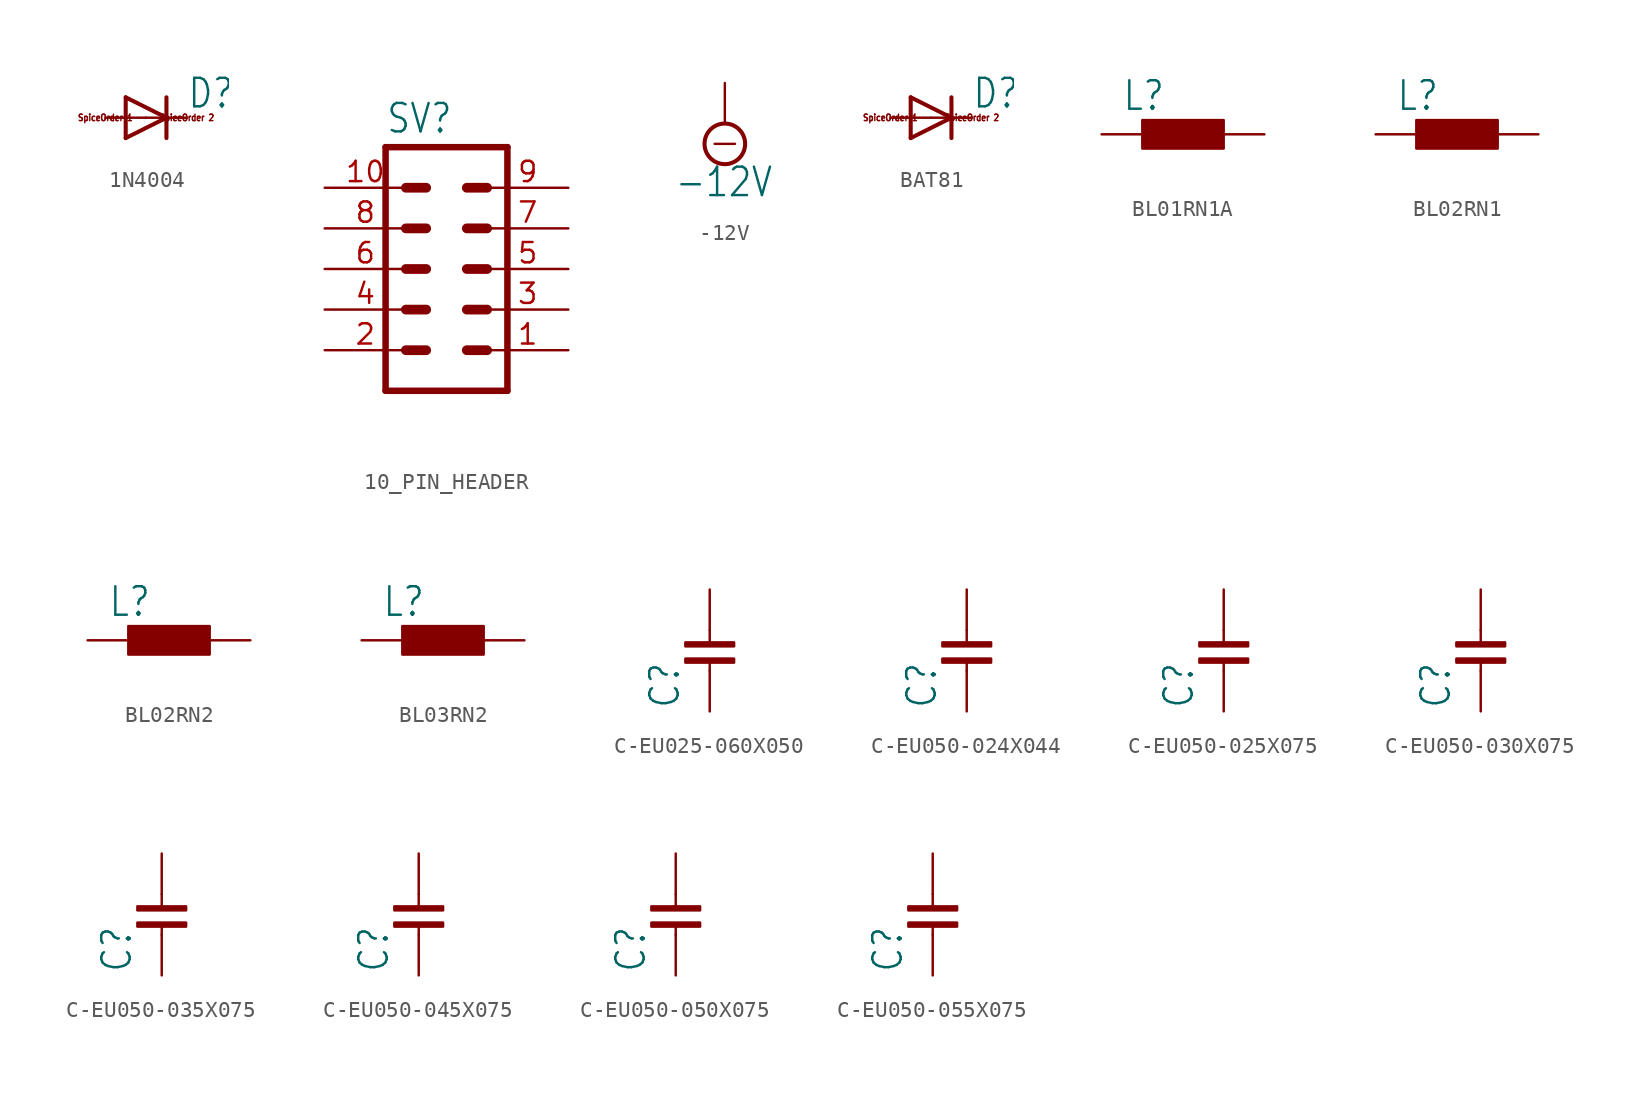
<source format=kicad_sym>
(kicad_symbol_lib
  (version 20220914)
  (generator kicad_symbol_editor)
  (symbol "1N4004"
    (property "Reference" "D"
      (at 2.54 0.483 0)
      (effects (font (size 1.778 1.511)) (justify left bottom)))
    (property "Value" ""
      (at 2.54 -2.311 0)
      (effects (font (size 1.778 1.511)) (justify left bottom)))
    (property "ki_locked" ""
      (at 0 0 0)
      (effects (font (size 1.27 1.27))))
    (symbol "1N4004_1_0"
      (polyline (pts (xy -1.27 -1.27) (xy 1.27 0)) (stroke (width 0.254) (type solid)) (fill (type none)))
      (polyline (pts (xy -1.27 1.27) (xy -1.27 -1.27)) (stroke (width 0.254) (type solid)) (fill (type none)))
      (polyline (pts (xy 1.27 0) (xy -1.27 1.27)) (stroke (width 0.254) (type solid)) (fill (type none)))
      (polyline (pts (xy 1.27 0) (xy 1.27 -1.27)) (stroke (width 0.254) (type solid)) (fill (type none)))
      (polyline (pts (xy 1.27 1.27) (xy 1.27 0)) (stroke (width 0.254) (type solid)) (fill (type none)))
      (text "SpiceOrder 1" (at -2.54 0 0) (effects (font (size 0.406 0.345))))
      (text "SpiceOrder 2" (at 2.54 0 0) (effects (font (size 0.406 0.345))))
      (pin passive line (at -2.54 0 0) (length 2.54) (name "A" (effects (font (size 0 0)))) (number "A" (effects (font (size 0 0)))))
      (pin passive line (at 2.54 0 180) (length 2.54) (name "C" (effects (font (size 0 0)))) (number "C" (effects (font (size 0 0)))))))
  (symbol "10_PIN_HEADER"
    (property "Reference" "SV"
      (at -3.81 8.382 0)
      (effects (font (size 1.778 1.511)) (justify left bottom)))
    (property "Value" ""
      (at -3.81 -10.16 0)
      (effects (font (size 1.778 1.511)) (justify left bottom)))
    (property "ki_locked" ""
      (at 0 0 0)
      (effects (font (size 1.27 1.27))))
    (symbol "10_PIN_HEADER_1_0"
      (polyline (pts (xy -3.81 7.62) (xy -3.81 -7.62)) (stroke (width 0.406) (type solid)) (fill (type none)))
      (polyline (pts (xy -3.81 7.62) (xy 3.81 7.62)) (stroke (width 0.406) (type solid)) (fill (type none)))
      (polyline (pts (xy -2.54 -5.08) (xy -1.27 -5.08)) (stroke (width 0.61) (type solid)) (fill (type none)))
      (polyline (pts (xy -2.54 -2.54) (xy -1.27 -2.54)) (stroke (width 0.61) (type solid)) (fill (type none)))
      (polyline (pts (xy -2.54 0) (xy -1.27 0)) (stroke (width 0.61) (type solid)) (fill (type none)))
      (polyline (pts (xy -2.54 2.54) (xy -1.27 2.54)) (stroke (width 0.61) (type solid)) (fill (type none)))
      (polyline (pts (xy -2.54 5.08) (xy -1.27 5.08)) (stroke (width 0.61) (type solid)) (fill (type none)))
      (polyline (pts (xy 1.27 -5.08) (xy 2.54 -5.08)) (stroke (width 0.61) (type solid)) (fill (type none)))
      (polyline (pts (xy 1.27 -2.54) (xy 2.54 -2.54)) (stroke (width 0.61) (type solid)) (fill (type none)))
      (polyline (pts (xy 1.27 0) (xy 2.54 0)) (stroke (width 0.61) (type solid)) (fill (type none)))
      (polyline (pts (xy 1.27 2.54) (xy 2.54 2.54)) (stroke (width 0.61) (type solid)) (fill (type none)))
      (polyline (pts (xy 1.27 5.08) (xy 2.54 5.08)) (stroke (width 0.61) (type solid)) (fill (type none)))
      (polyline (pts (xy 3.81 -7.62) (xy -3.81 -7.62)) (stroke (width 0.406) (type solid)) (fill (type none)))
      (polyline (pts (xy 3.81 -7.62) (xy 3.81 7.62)) (stroke (width 0.406) (type solid)) (fill (type none)))
      (pin passive line (at 7.62 -5.08 180) (length 5.08) (name "1" (effects (font (size 0 0)))) (number "1" (effects (font (size 1.27 1.27)))))
      (pin passive line (at -7.62 5.08 0) (length 5.08) (name "10" (effects (font (size 0 0)))) (number "10" (effects (font (size 1.27 1.27)))))
      (pin passive line (at -7.62 -5.08 0) (length 5.08) (name "2" (effects (font (size 0 0)))) (number "2" (effects (font (size 1.27 1.27)))))
      (pin passive line (at 7.62 -2.54 180) (length 5.08) (name "3" (effects (font (size 0 0)))) (number "3" (effects (font (size 1.27 1.27)))))
      (pin passive line (at -7.62 -2.54 0) (length 5.08) (name "4" (effects (font (size 0 0)))) (number "4" (effects (font (size 1.27 1.27)))))
      (pin passive line (at 7.62 0 180) (length 5.08) (name "5" (effects (font (size 0 0)))) (number "5" (effects (font (size 1.27 1.27)))))
      (pin passive line (at -7.62 0 0) (length 5.08) (name "6" (effects (font (size 0 0)))) (number "6" (effects (font (size 1.27 1.27)))))
      (pin passive line (at 7.62 2.54 180) (length 5.08) (name "7" (effects (font (size 0 0)))) (number "7" (effects (font (size 1.27 1.27)))))
      (pin passive line (at -7.62 2.54 0) (length 5.08) (name "8" (effects (font (size 0 0)))) (number "8" (effects (font (size 1.27 1.27)))))
      (pin passive line (at 7.62 5.08 180) (length 5.08) (name "9" (effects (font (size 0 0)))) (number "9" (effects (font (size 1.27 1.27)))))))
  (symbol "-12V"
    (power)
    (property "Reference" "#SUPPLY"
      (at 0 0 0)
      (effects (font (size 1.27 1.27)) hide))
    (property "Value" "-12V"
      (at -3.175 -4.699 0)
      (effects (font (size 1.778 1.511)) (justify left bottom)))
    (property "ki_locked" ""
      (at 0 0 0)
      (effects (font (size 1.27 1.27))))
    (symbol "-12V_1_0"
      (circle (center 0 -1.27) (radius 1.27) (stroke (width 0.254) (type solid)) (fill (type none)))
      (polyline (pts (xy -0.635 -1.27) (xy 0.635 -1.27)) (stroke (width 0.152) (type solid)) (fill (type none)))
      (pin power_in line (at 0 2.54 270) (length 2.54) (name "-12V" (effects (font (size 0 0)))) (number "1" (effects (font (size 0 0)))))))
  (symbol "BAT81"
    (property "Reference" "D"
      (at 2.54 0.483 0)
      (effects (font (size 1.778 1.511)) (justify left bottom)))
    (property "Value" ""
      (at 2.54 -2.311 0)
      (effects (font (size 1.778 1.511)) (justify left bottom)))
    (property "ki_locked" ""
      (at 0 0 0)
      (effects (font (size 1.27 1.27))))
    (symbol "BAT81_1_0"
      (polyline (pts (xy -1.27 -1.27) (xy 1.27 0)) (stroke (width 0.254) (type solid)) (fill (type none)))
      (polyline (pts (xy -1.27 1.27) (xy -1.27 -1.27)) (stroke (width 0.254) (type solid)) (fill (type none)))
      (polyline (pts (xy 1.27 0) (xy -1.27 1.27)) (stroke (width 0.254) (type solid)) (fill (type none)))
      (polyline (pts (xy 1.27 0) (xy 1.27 -1.27)) (stroke (width 0.254) (type solid)) (fill (type none)))
      (polyline (pts (xy 1.27 1.27) (xy 1.27 0)) (stroke (width 0.254) (type solid)) (fill (type none)))
      (text "SpiceOrder 1" (at -2.54 0 0) (effects (font (size 0.406 0.345))))
      (text "SpiceOrder 2" (at 2.54 0 0) (effects (font (size 0.406 0.345))))
      (pin passive line (at -2.54 0 0) (length 2.54) (name "A" (effects (font (size 0 0)))) (number "A" (effects (font (size 0 0)))))
      (pin passive line (at 2.54 0 180) (length 2.54) (name "C" (effects (font (size 0 0)))) (number "C" (effects (font (size 0 0)))))))
  (symbol "BL01RN1A"
    (property "Reference" "L"
      (at -3.81 1.372 0)
      (effects (font (size 1.778 1.511)) (justify left bottom)))
    (property "Value" ""
      (at -3.81 -2.921 0)
      (effects (font (size 1.778 1.511)) (justify left bottom)))
    (property "ki_locked" ""
      (at 0 0 0)
      (effects (font (size 1.27 1.27))))
    (symbol "BL01RN1A_1_0"
      (rectangle (start -2.54 -0.889) (end 2.54 0.889) (stroke (width 0) (type default)) (fill (type outline)))
      (pin passive line (at -5.08 0 0) (length 2.54) (name "1" (effects (font (size 0 0)))) (number "1" (effects (font (size 0 0)))))
      (pin passive line (at 5.08 0 180) (length 2.54) (name "2" (effects (font (size 0 0)))) (number "2" (effects (font (size 0 0)))))))
  (symbol "BL02RN1"
    (property "Reference" "L"
      (at -3.81 1.372 0)
      (effects (font (size 1.778 1.511)) (justify left bottom)))
    (property "Value" ""
      (at -3.81 -2.921 0)
      (effects (font (size 1.778 1.511)) (justify left bottom)))
    (property "ki_locked" ""
      (at 0 0 0)
      (effects (font (size 1.27 1.27))))
    (symbol "BL02RN1_1_0"
      (rectangle (start -2.54 -0.889) (end 2.54 0.889) (stroke (width 0) (type default)) (fill (type outline)))
      (pin passive line (at -5.08 0 0) (length 2.54) (name "1" (effects (font (size 0 0)))) (number "1" (effects (font (size 0 0)))))
      (pin passive line (at 5.08 0 180) (length 2.54) (name "2" (effects (font (size 0 0)))) (number "2" (effects (font (size 0 0)))))))
  (symbol "BL02RN2"
    (property "Reference" "L"
      (at -3.81 1.372 0)
      (effects (font (size 1.778 1.511)) (justify left bottom)))
    (property "Value" ""
      (at -3.81 -2.921 0)
      (effects (font (size 1.778 1.511)) (justify left bottom)))
    (property "ki_locked" ""
      (at 0 0 0)
      (effects (font (size 1.27 1.27))))
    (symbol "BL02RN2_1_0"
      (rectangle (start -2.54 -0.889) (end 2.54 0.889) (stroke (width 0) (type default)) (fill (type outline)))
      (pin passive line (at -5.08 0 0) (length 2.54) (name "1" (effects (font (size 0 0)))) (number "1" (effects (font (size 0 0)))))
      (pin passive line (at 5.08 0 180) (length 2.54) (name "2" (effects (font (size 0 0)))) (number "2" (effects (font (size 0 0)))))))
  (symbol "BL03RN2"
    (property "Reference" "L"
      (at -3.81 1.372 0)
      (effects (font (size 1.778 1.511)) (justify left bottom)))
    (property "Value" ""
      (at -3.81 -2.921 0)
      (effects (font (size 1.778 1.511)) (justify left bottom)))
    (property "ki_locked" ""
      (at 0 0 0)
      (effects (font (size 1.27 1.27))))
    (symbol "BL03RN2_1_0"
      (rectangle (start -2.54 -0.889) (end 2.54 0.889) (stroke (width 0) (type default)) (fill (type outline)))
      (pin passive line (at -5.08 0 0) (length 2.54) (name "1" (effects (font (size 0 0)))) (number "1" (effects (font (size 0 0)))))
      (pin passive line (at 5.08 0 180) (length 2.54) (name "2" (effects (font (size 0 0)))) (number "2" (effects (font (size 0 0)))))))
  (symbol "C-EU025-060X050"
    (property "Reference" "C"
      (at -1.778 -4.953 90)
      (effects (font (size 1.778 1.511)) (justify left bottom)))
    (property "Value" ""
      (at 3.81 -5.207 90)
      (effects (font (size 1.778 1.511)) (justify left bottom)))
    (property "ki_locked" ""
      (at 0 0 0)
      (effects (font (size 1.27 1.27))))
    (symbol "C-EU025-060X050_1_0"
      (rectangle (start -1.524 -2.032) (end 1.524 -1.778) (stroke (width 0) (type default)) (fill (type outline)))
      (rectangle (start -1.524 -1.016) (end 1.524 -0.762) (stroke (width 0) (type default)) (fill (type outline)))
      (polyline (pts (xy 0 -2.54) (xy 0 -2.032)) (stroke (width 0.152) (type solid)) (fill (type none)))
      (polyline (pts (xy 0 0) (xy 0 -0.762)) (stroke (width 0.152) (type solid)) (fill (type none)))
      (pin passive line (at 0 2.54 270) (length 2.54) (name "1" (effects (font (size 0 0)))) (number "1" (effects (font (size 0 0)))))
      (pin passive line (at 0 -5.08 90) (length 2.54) (name "2" (effects (font (size 0 0)))) (number "2" (effects (font (size 0 0)))))))
  (symbol "C-EU050-024X044"
    (property "Reference" "C"
      (at -1.778 -4.953 90)
      (effects (font (size 1.778 1.511)) (justify left bottom)))
    (property "Value" ""
      (at 3.81 -5.207 90)
      (effects (font (size 1.778 1.511)) (justify left bottom)))
    (property "ki_locked" ""
      (at 0 0 0)
      (effects (font (size 1.27 1.27))))
    (symbol "C-EU050-024X044_1_0"
      (rectangle (start -1.524 -2.032) (end 1.524 -1.778) (stroke (width 0) (type default)) (fill (type outline)))
      (rectangle (start -1.524 -1.016) (end 1.524 -0.762) (stroke (width 0) (type default)) (fill (type outline)))
      (polyline (pts (xy 0 -2.54) (xy 0 -2.032)) (stroke (width 0.152) (type solid)) (fill (type none)))
      (polyline (pts (xy 0 0) (xy 0 -0.762)) (stroke (width 0.152) (type solid)) (fill (type none)))
      (pin passive line (at 0 2.54 270) (length 2.54) (name "1" (effects (font (size 0 0)))) (number "1" (effects (font (size 0 0)))))
      (pin passive line (at 0 -5.08 90) (length 2.54) (name "2" (effects (font (size 0 0)))) (number "2" (effects (font (size 0 0)))))))
  (symbol "C-EU050-025X075"
    (property "Reference" "C"
      (at -1.778 -4.953 90)
      (effects (font (size 1.778 1.511)) (justify left bottom)))
    (property "Value" ""
      (at 3.81 -5.207 90)
      (effects (font (size 1.778 1.511)) (justify left bottom)))
    (property "ki_locked" ""
      (at 0 0 0)
      (effects (font (size 1.27 1.27))))
    (symbol "C-EU050-025X075_1_0"
      (rectangle (start -1.524 -2.032) (end 1.524 -1.778) (stroke (width 0) (type default)) (fill (type outline)))
      (rectangle (start -1.524 -1.016) (end 1.524 -0.762) (stroke (width 0) (type default)) (fill (type outline)))
      (polyline (pts (xy 0 -2.54) (xy 0 -2.032)) (stroke (width 0.152) (type solid)) (fill (type none)))
      (polyline (pts (xy 0 0) (xy 0 -0.762)) (stroke (width 0.152) (type solid)) (fill (type none)))
      (pin passive line (at 0 2.54 270) (length 2.54) (name "1" (effects (font (size 0 0)))) (number "1" (effects (font (size 0 0)))))
      (pin passive line (at 0 -5.08 90) (length 2.54) (name "2" (effects (font (size 0 0)))) (number "2" (effects (font (size 0 0)))))))
  (symbol "C-EU050-030X075"
    (property "Reference" "C"
      (at -1.778 -4.953 90)
      (effects (font (size 1.778 1.511)) (justify left bottom)))
    (property "Value" ""
      (at 3.81 -5.207 90)
      (effects (font (size 1.778 1.511)) (justify left bottom)))
    (property "ki_locked" ""
      (at 0 0 0)
      (effects (font (size 1.27 1.27))))
    (symbol "C-EU050-030X075_1_0"
      (rectangle (start -1.524 -2.032) (end 1.524 -1.778) (stroke (width 0) (type default)) (fill (type outline)))
      (rectangle (start -1.524 -1.016) (end 1.524 -0.762) (stroke (width 0) (type default)) (fill (type outline)))
      (polyline (pts (xy 0 -2.54) (xy 0 -2.032)) (stroke (width 0.152) (type solid)) (fill (type none)))
      (polyline (pts (xy 0 0) (xy 0 -0.762)) (stroke (width 0.152) (type solid)) (fill (type none)))
      (pin passive line (at 0 2.54 270) (length 2.54) (name "1" (effects (font (size 0 0)))) (number "1" (effects (font (size 0 0)))))
      (pin passive line (at 0 -5.08 90) (length 2.54) (name "2" (effects (font (size 0 0)))) (number "2" (effects (font (size 0 0)))))))
  (symbol "C-EU050-035X075"
    (property "Reference" "C"
      (at -1.778 -4.953 90)
      (effects (font (size 1.778 1.511)) (justify left bottom)))
    (property "Value" ""
      (at 3.81 -5.207 90)
      (effects (font (size 1.778 1.511)) (justify left bottom)))
    (property "ki_locked" ""
      (at 0 0 0)
      (effects (font (size 1.27 1.27))))
    (symbol "C-EU050-035X075_1_0"
      (rectangle (start -1.524 -2.032) (end 1.524 -1.778) (stroke (width 0) (type default)) (fill (type outline)))
      (rectangle (start -1.524 -1.016) (end 1.524 -0.762) (stroke (width 0) (type default)) (fill (type outline)))
      (polyline (pts (xy 0 -2.54) (xy 0 -2.032)) (stroke (width 0.152) (type solid)) (fill (type none)))
      (polyline (pts (xy 0 0) (xy 0 -0.762)) (stroke (width 0.152) (type solid)) (fill (type none)))
      (pin passive line (at 0 2.54 270) (length 2.54) (name "1" (effects (font (size 0 0)))) (number "1" (effects (font (size 0 0)))))
      (pin passive line (at 0 -5.08 90) (length 2.54) (name "2" (effects (font (size 0 0)))) (number "2" (effects (font (size 0 0)))))))
  (symbol "C-EU050-045X075"
    (property "Reference" "C"
      (at -1.778 -4.953 90)
      (effects (font (size 1.778 1.511)) (justify left bottom)))
    (property "Value" ""
      (at 3.81 -5.207 90)
      (effects (font (size 1.778 1.511)) (justify left bottom)))
    (property "ki_locked" ""
      (at 0 0 0)
      (effects (font (size 1.27 1.27))))
    (symbol "C-EU050-045X075_1_0"
      (rectangle (start -1.524 -2.032) (end 1.524 -1.778) (stroke (width 0) (type default)) (fill (type outline)))
      (rectangle (start -1.524 -1.016) (end 1.524 -0.762) (stroke (width 0) (type default)) (fill (type outline)))
      (polyline (pts (xy 0 -2.54) (xy 0 -2.032)) (stroke (width 0.152) (type solid)) (fill (type none)))
      (polyline (pts (xy 0 0) (xy 0 -0.762)) (stroke (width 0.152) (type solid)) (fill (type none)))
      (pin passive line (at 0 2.54 270) (length 2.54) (name "1" (effects (font (size 0 0)))) (number "1" (effects (font (size 0 0)))))
      (pin passive line (at 0 -5.08 90) (length 2.54) (name "2" (effects (font (size 0 0)))) (number "2" (effects (font (size 0 0)))))))
  (symbol "C-EU050-050X075"
    (property "Reference" "C"
      (at -1.778 -4.953 90)
      (effects (font (size 1.778 1.511)) (justify left bottom)))
    (property "Value" ""
      (at 3.81 -5.207 90)
      (effects (font (size 1.778 1.511)) (justify left bottom)))
    (property "ki_locked" ""
      (at 0 0 0)
      (effects (font (size 1.27 1.27))))
    (symbol "C-EU050-050X075_1_0"
      (rectangle (start -1.524 -2.032) (end 1.524 -1.778) (stroke (width 0) (type default)) (fill (type outline)))
      (rectangle (start -1.524 -1.016) (end 1.524 -0.762) (stroke (width 0) (type default)) (fill (type outline)))
      (polyline (pts (xy 0 -2.54) (xy 0 -2.032)) (stroke (width 0.152) (type solid)) (fill (type none)))
      (polyline (pts (xy 0 0) (xy 0 -0.762)) (stroke (width 0.152) (type solid)) (fill (type none)))
      (pin passive line (at 0 2.54 270) (length 2.54) (name "1" (effects (font (size 0 0)))) (number "1" (effects (font (size 0 0)))))
      (pin passive line (at 0 -5.08 90) (length 2.54) (name "2" (effects (font (size 0 0)))) (number "2" (effects (font (size 0 0)))))))
  (symbol "C-EU050-055X075"
    (property "Reference" "C"
      (at -1.778 -4.953 90)
      (effects (font (size 1.778 1.511)) (justify left bottom)))
    (property "Value" ""
      (at 3.81 -5.207 90)
      (effects (font (size 1.778 1.511)) (justify left bottom)))
    (property "ki_locked" ""
      (at 0 0 0)
      (effects (font (size 1.27 1.27))))
    (symbol "C-EU050-055X075_1_0"
      (rectangle (start -1.524 -2.032) (end 1.524 -1.778) (stroke (width 0) (type default)) (fill (type outline)))
      (rectangle (start -1.524 -1.016) (end 1.524 -0.762) (stroke (width 0) (type default)) (fill (type outline)))
      (polyline (pts (xy 0 -2.54) (xy 0 -2.032)) (stroke (width 0.152) (type solid)) (fill (type none)))
      (polyline (pts (xy 0 0) (xy 0 -0.762)) (stroke (width 0.152) (type solid)) (fill (type none)))
      (pin passive line (at 0 2.54 270) (length 2.54) (name "1" (effects (font (size 0 0)))) (number "1" (effects (font (size 0 0)))))
      (pin passive line (at 0 -5.08 90) (length 2.54) (name "2" (effects (font (size 0 0)))) (number "2" (effects (font (size 0 0))))))))
</source>
